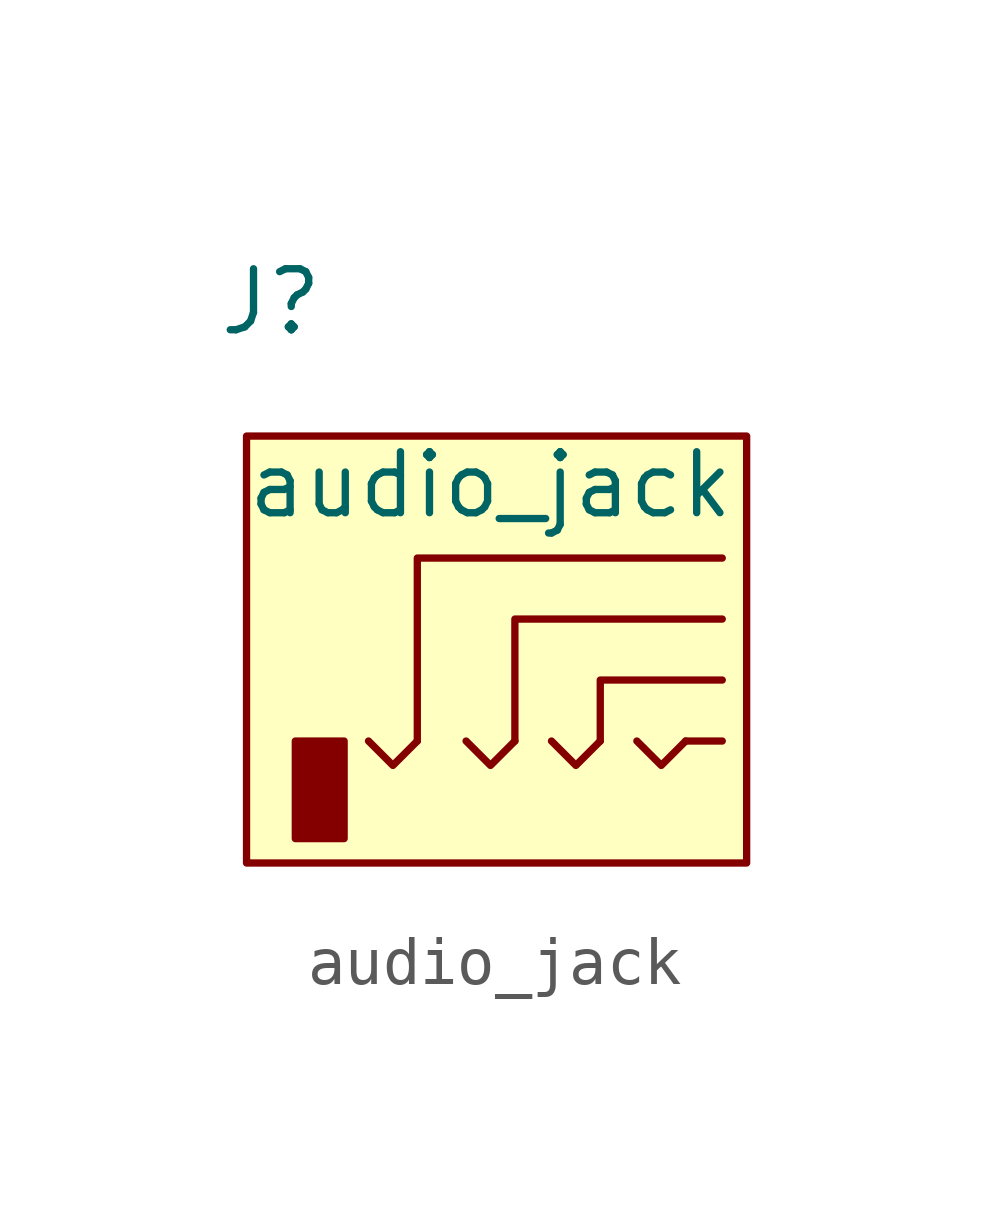
<source format=kicad_sym>
(kicad_symbol_lib
  (version 20231120)
  (generator "kicad_symbol_editor")
  (generator_version "8.0")
  (symbol "audio_jack"
    (pin_names
      (offset 1.016))
    (property "Reference" "J"
      (at 0.508 2.794 0)
      (effects (font (size 1.27 1.27))))
    (property "Value" "audio_jack"
      (at 5.08 -1.016 0)
      (effects (font (size 1.27 1.27))))
    (symbol "audio_jack_0_1"
      (polyline (pts (xy 9.144 -6.35) (xy 9.906 -6.35)) (stroke (width 0) (type solid)) (fill (type none)))
      (polyline (pts (xy 2.54 -6.35) (xy 3.048 -6.858) (xy 3.556 -6.35)) (stroke (width 0) (type solid)) (fill (type none)))
      (polyline (pts (xy 3.556 -6.35) (xy 3.556 -2.54) (xy 9.906 -2.54)) (stroke (width 0) (type solid)) (fill (type none)))
      (polyline (pts (xy 5.588 -6.35) (xy 5.588 -3.81) (xy 9.906 -3.81)) (stroke (width 0) (type solid)) (fill (type none)))
      (polyline (pts (xy 7.366 -6.35) (xy 7.366 -5.08) (xy 9.906 -5.08)) (stroke (width 0) (type solid)) (fill (type none)))
      (rectangle (start 0 0) (end 10.414 -8.89) (stroke (width 0) (type solid)) (fill (type background)))
      (rectangle (start 2.032 -6.35) (end 1.016 -8.382) (stroke (width 0) (type solid)) (fill (type outline))))
    (symbol "audio_jack_1_1"
      (polyline (pts (xy 4.572 -6.35) (xy 5.08 -6.858) (xy 5.588 -6.35)) (stroke (width 0) (type solid)) (fill (type none)))
      (polyline (pts (xy 6.35 -6.35) (xy 6.858 -6.858) (xy 7.366 -6.35)) (stroke (width 0) (type solid)) (fill (type none)))
      (polyline (pts (xy 8.128 -6.35) (xy 8.636 -6.858) (xy 9.144 -6.35)) (stroke (width 0) (type solid)) (fill (type none))))))
</source>
